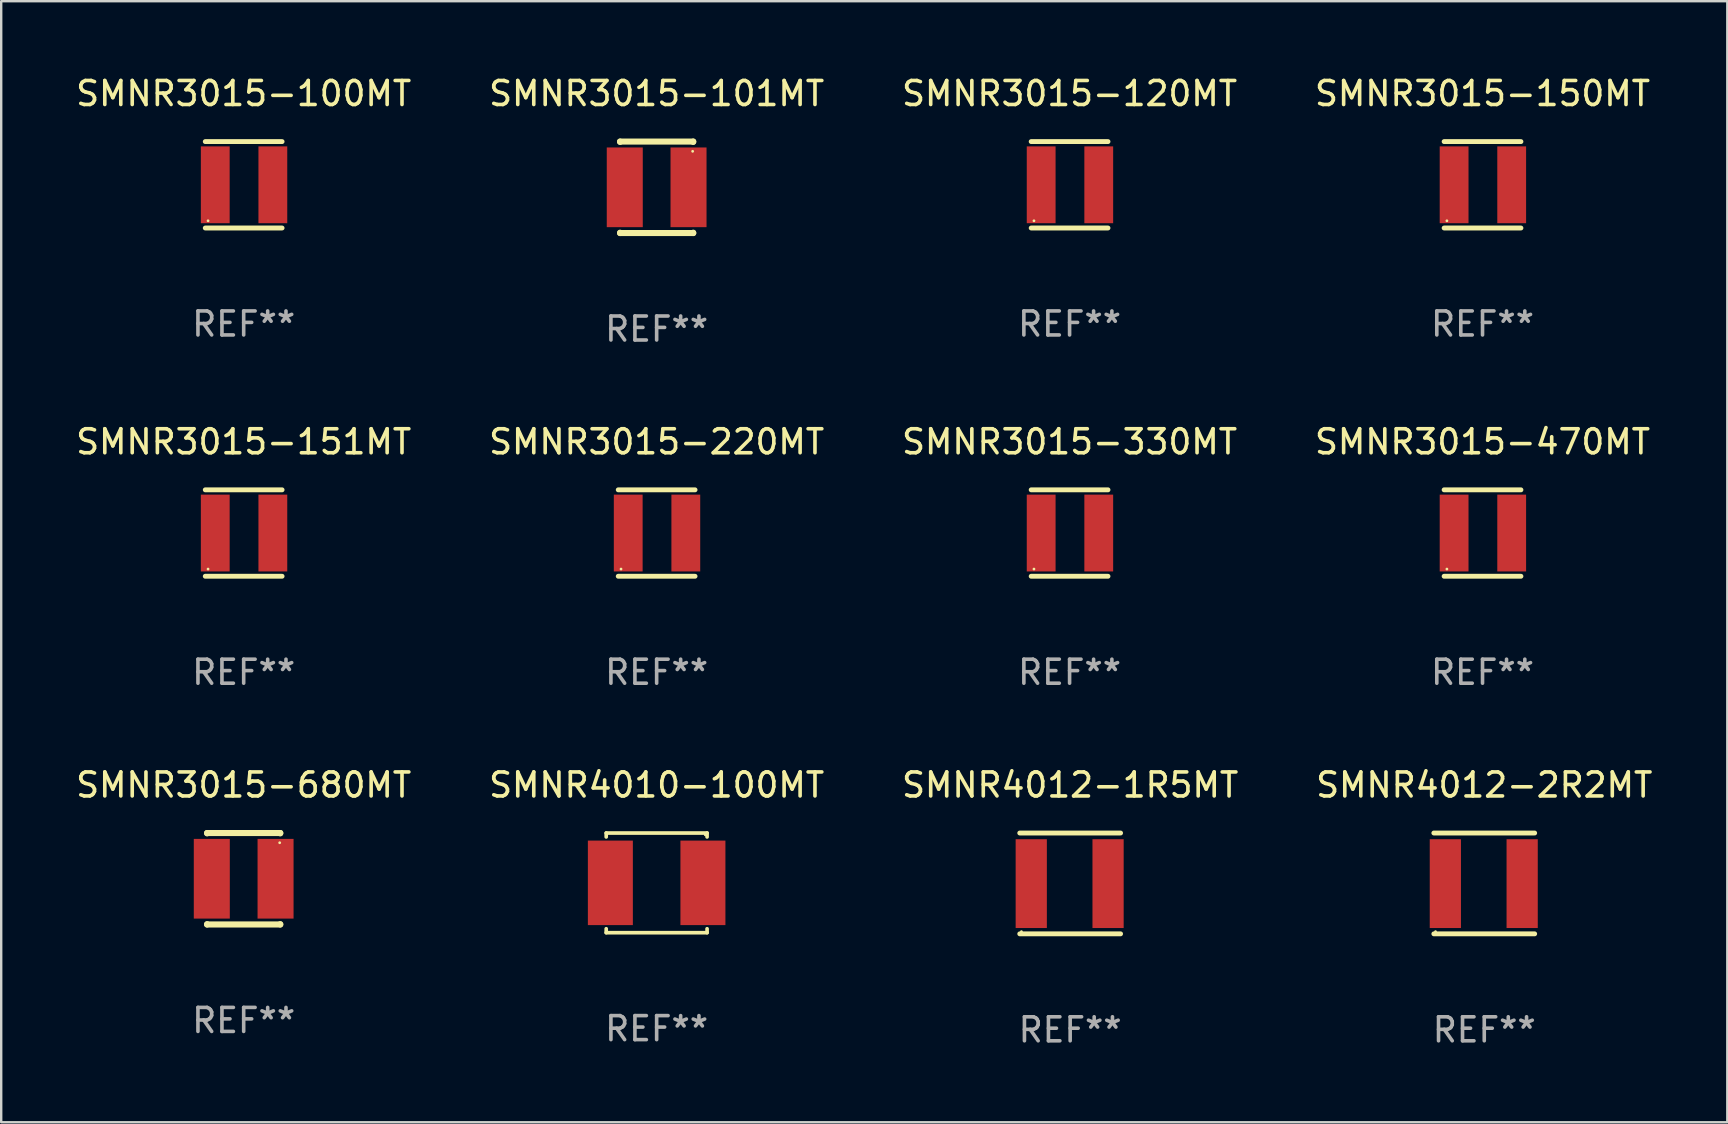
<source format=kicad_pcb>
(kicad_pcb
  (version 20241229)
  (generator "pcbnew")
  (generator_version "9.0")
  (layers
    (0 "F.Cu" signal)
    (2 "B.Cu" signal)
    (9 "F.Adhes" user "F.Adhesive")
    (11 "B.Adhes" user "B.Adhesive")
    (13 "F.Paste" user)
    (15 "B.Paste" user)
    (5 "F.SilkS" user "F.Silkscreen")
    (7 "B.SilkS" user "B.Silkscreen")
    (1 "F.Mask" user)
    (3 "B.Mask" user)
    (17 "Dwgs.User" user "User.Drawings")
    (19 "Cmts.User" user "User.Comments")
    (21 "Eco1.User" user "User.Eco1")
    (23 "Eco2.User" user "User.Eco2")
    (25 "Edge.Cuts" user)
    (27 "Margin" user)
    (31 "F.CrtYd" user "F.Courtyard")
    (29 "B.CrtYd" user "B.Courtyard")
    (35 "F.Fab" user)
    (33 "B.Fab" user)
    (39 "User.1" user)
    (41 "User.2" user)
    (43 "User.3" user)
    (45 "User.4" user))
  (footprint "SMNR3015-101MT"
    (layer "F.Cu")
    (at 24.304 4.753)
    (property "Reference" "SMNR3015-101MT" (at 0 -3.905 0) (layer "F.SilkS") (effects (font (size 1 1) (thickness 0.15))))
    (attr through_hole)
    (fp_line (start -1.524 -1.905) (end 1.524 -1.905) (stroke (width 0.254) (type solid)) (layer "F.SilkS"))
    (fp_line (start -1.524 -1.891) (end -1.524 -1.905) (stroke (width 0.254) (type solid)) (layer "F.SilkS"))
    (fp_line (start -1.524 1.905) (end -1.524 1.891) (stroke (width 0.254) (type solid)) (layer "F.SilkS"))
    (fp_line (start -1.524 1.905) (end 1.524 1.905) (stroke (width 0.254) (type solid)) (layer "F.SilkS"))
    (fp_line (start 1.524 -1.905) (end 1.524 -1.891) (stroke (width 0.254) (type solid)) (layer "F.SilkS"))
    (fp_line (start 1.524 1.891) (end 1.524 1.905) (stroke (width 0.254) (type solid)) (layer "F.SilkS"))
    (fp_circle (center 1.5 -1.5) (end 1.53 -1.5) (stroke (width 0.06) (type solid)) (fill no) (layer "F.SilkS"))
    (fp_text user "REF**" (at 0 5.905 0) (layer "F.Fab") (effects (font (size 1 1) (thickness 0.15))))
    (pad "1" smd rect (at 1.328 0) (size 1.5 3.32) (layers "F.Cu" "F.Mask" "F.Paste"))
    (pad "2" smd rect (at -1.328 0) (size 1.5 3.32) (layers "F.Cu" "F.Mask" "F.Paste")))
  (footprint "SMNR3015-150MT"
    (layer "F.Cu")
    (at 58.708 4.648)
    (property "Reference" "SMNR3015-150MT" (at 0 -3.8 0) (layer "F.SilkS") (effects (font (size 1 1) (thickness 0.15))))
    (attr through_hole)
    (fp_line (start -1.6 -1.8) (end 1.6 -1.8) (stroke (width 0.203) (type solid)) (layer "F.SilkS"))
    (fp_line (start -1.6 1.8) (end 1.6 1.8) (stroke (width 0.203) (type solid)) (layer "F.SilkS"))
    (fp_circle (center -1.484 1.5) (end -1.454 1.5) (stroke (width 0.06) (type solid)) (fill no) (layer "F.SilkS"))
    (fp_text user "REF**" (at 0 5.8 0) (layer "F.Fab") (effects (font (size 1 1) (thickness 0.15))))
    (pad "1" smd rect (at -1.184 0) (size 1.2 3.2) (layers "F.Cu" "F.Mask" "F.Paste"))
    (pad "2" smd rect (at 1.215 0) (size 1.2 3.2) (layers "F.Cu" "F.Mask" "F.Paste")))
  (footprint "SMNR3015-220MT"
    (layer "F.Cu")
    (at 24.304 19.155)
    (property "Reference" "SMNR3015-220MT" (at 0 -3.8 0) (layer "F.SilkS") (effects (font (size 1 1) (thickness 0.15))))
    (attr through_hole)
    (fp_line (start -1.6 -1.8) (end 1.6 -1.8) (stroke (width 0.203) (type solid)) (layer "F.SilkS"))
    (fp_line (start -1.6 1.8) (end 1.6 1.8) (stroke (width 0.203) (type solid)) (layer "F.SilkS"))
    (fp_circle (center -1.484 1.5) (end -1.454 1.5) (stroke (width 0.06) (type solid)) (fill no) (layer "F.SilkS"))
    (fp_text user "REF**" (at 0 5.8 0) (layer "F.Fab") (effects (font (size 1 1) (thickness 0.15))))
    (pad "1" smd rect (at -1.184 0) (size 1.2 3.2) (layers "F.Cu" "F.Mask" "F.Paste"))
    (pad "2" smd rect (at 1.215 0) (size 1.2 3.2) (layers "F.Cu" "F.Mask" "F.Paste")))
  (footprint "SMNR3015-120MT"
    (layer "F.Cu")
    (at 41.506 4.648)
    (property "Reference" "SMNR3015-120MT" (at 0 -3.8 0) (layer "F.SilkS") (effects (font (size 1 1) (thickness 0.15))))
    (attr through_hole)
    (fp_line (start -1.6 -1.8) (end 1.6 -1.8) (stroke (width 0.203) (type solid)) (layer "F.SilkS"))
    (fp_line (start -1.6 1.8) (end 1.6 1.8) (stroke (width 0.203) (type solid)) (layer "F.SilkS"))
    (fp_circle (center -1.484 1.5) (end -1.454 1.5) (stroke (width 0.06) (type solid)) (fill no) (layer "F.SilkS"))
    (fp_text user "REF**" (at 0 5.8 0) (layer "F.Fab") (effects (font (size 1 1) (thickness 0.15))))
    (pad "1" smd rect (at -1.184 0) (size 1.2 3.2) (layers "F.Cu" "F.Mask" "F.Paste"))
    (pad "2" smd rect (at 1.215 0) (size 1.2 3.2) (layers "F.Cu" "F.Mask" "F.Paste")))
  (footprint "SMNR3015-330MT"
    (layer "F.Cu")
    (at 41.506 19.155)
    (property "Reference" "SMNR3015-330MT" (at 0 -3.8 0) (layer "F.SilkS") (effects (font (size 1 1) (thickness 0.15))))
    (attr through_hole)
    (fp_line (start -1.6 -1.8) (end 1.6 -1.8) (stroke (width 0.203) (type solid)) (layer "F.SilkS"))
    (fp_line (start -1.6 1.8) (end 1.6 1.8) (stroke (width 0.203) (type solid)) (layer "F.SilkS"))
    (fp_circle (center -1.484 1.5) (end -1.454 1.5) (stroke (width 0.06) (type solid)) (fill no) (layer "F.SilkS"))
    (fp_text user "REF**" (at 0 5.8 0) (layer "F.Fab") (effects (font (size 1 1) (thickness 0.15))))
    (pad "1" smd rect (at -1.184 0) (size 1.2 3.2) (layers "F.Cu" "F.Mask" "F.Paste"))
    (pad "2" smd rect (at 1.215 0) (size 1.2 3.2) (layers "F.Cu" "F.Mask" "F.Paste")))
  (footprint "SMNR3015-151MT"
    (layer "F.Cu")
    (at 7.101 19.155)
    (property "Reference" "SMNR3015-151MT" (at 0 -3.8 0) (layer "F.SilkS") (effects (font (size 1 1) (thickness 0.15))))
    (attr through_hole)
    (fp_line (start -1.6 -1.8) (end 1.6 -1.8) (stroke (width 0.203) (type solid)) (layer "F.SilkS"))
    (fp_line (start -1.6 1.8) (end 1.6 1.8) (stroke (width 0.203) (type solid)) (layer "F.SilkS"))
    (fp_circle (center -1.484 1.5) (end -1.454 1.5) (stroke (width 0.06) (type solid)) (fill no) (layer "F.SilkS"))
    (fp_text user "REF**" (at 0 5.8 0) (layer "F.Fab") (effects (font (size 1 1) (thickness 0.15))))
    (pad "1" smd rect (at -1.184 0) (size 1.2 3.2) (layers "F.Cu" "F.Mask" "F.Paste"))
    (pad "2" smd rect (at 1.215 0) (size 1.2 3.2) (layers "F.Cu" "F.Mask" "F.Paste")))
  (footprint "SMNR3015-680MT"
    (layer "F.Cu")
    (at 7.101 33.556)
    (property "Reference" "SMNR3015-680MT" (at 0 -3.905 0) (layer "F.SilkS") (effects (font (size 1 1) (thickness 0.15))))
    (attr through_hole)
    (fp_line (start -1.524 -1.905) (end 1.524 -1.905) (stroke (width 0.254) (type solid)) (layer "F.SilkS"))
    (fp_line (start -1.524 -1.891) (end -1.524 -1.905) (stroke (width 0.254) (type solid)) (layer "F.SilkS"))
    (fp_line (start -1.524 1.905) (end -1.524 1.891) (stroke (width 0.254) (type solid)) (layer "F.SilkS"))
    (fp_line (start -1.524 1.905) (end 1.524 1.905) (stroke (width 0.254) (type solid)) (layer "F.SilkS"))
    (fp_line (start 1.524 -1.905) (end 1.524 -1.891) (stroke (width 0.254) (type solid)) (layer "F.SilkS"))
    (fp_line (start 1.524 1.891) (end 1.524 1.905) (stroke (width 0.254) (type solid)) (layer "F.SilkS"))
    (fp_circle (center 1.5 -1.5) (end 1.53 -1.5) (stroke (width 0.06) (type solid)) (fill no) (layer "F.SilkS"))
    (fp_text user "REF**" (at 0 5.905 0) (layer "F.Fab") (effects (font (size 1 1) (thickness 0.15))))
    (pad "1" smd rect (at 1.328 0) (size 1.5 3.32) (layers "F.Cu" "F.Mask" "F.Paste"))
    (pad "2" smd rect (at -1.328 0) (size 1.5 3.32) (layers "F.Cu" "F.Mask" "F.Paste")))
  (footprint "SMNR3015-470MT"
    (layer "F.Cu")
    (at 58.708 19.155)
    (property "Reference" "SMNR3015-470MT" (at 0 -3.8 0) (layer "F.SilkS") (effects (font (size 1 1) (thickness 0.15))))
    (attr through_hole)
    (fp_line (start -1.6 -1.8) (end 1.6 -1.8) (stroke (width 0.203) (type solid)) (layer "F.SilkS"))
    (fp_line (start -1.6 1.8) (end 1.6 1.8) (stroke (width 0.203) (type solid)) (layer "F.SilkS"))
    (fp_circle (center -1.484 1.5) (end -1.454 1.5) (stroke (width 0.06) (type solid)) (fill no) (layer "F.SilkS"))
    (fp_text user "REF**" (at 0 5.8 0) (layer "F.Fab") (effects (font (size 1 1) (thickness 0.15))))
    (pad "1" smd rect (at -1.184 0) (size 1.2 3.2) (layers "F.Cu" "F.Mask" "F.Paste"))
    (pad "2" smd rect (at 1.215 0) (size 1.2 3.2) (layers "F.Cu" "F.Mask" "F.Paste")))
  (footprint "SMNR4010-100MT"
    (layer "F.Cu")
    (at 24.304 33.727)
    (property "Reference" "SMNR4010-100MT" (at 0 -4.076 0) (layer "F.SilkS") (effects (font (size 1 1) (thickness 0.15))))
    (attr through_hole)
    (fp_line (start -2.101 -2.076) (end 2.101 -2.076) (stroke (width 0.152) (type solid)) (layer "F.SilkS"))
    (fp_line (start -2.101 -1.912) (end -2.101 -2.076) (stroke (width 0.152) (type solid)) (layer "F.SilkS"))
    (fp_line (start -2.101 1.912) (end -2.101 2.076) (stroke (width 0.152) (type solid)) (layer "F.SilkS"))
    (fp_line (start -2.101 2.076) (end 2.101 2.076) (stroke (width 0.152) (type solid)) (layer "F.SilkS"))
    (fp_line (start 2.101 -2.076) (end 2.101 -1.912) (stroke (width 0.152) (type solid)) (layer "F.SilkS"))
    (fp_line (start 2.101 2.076) (end 2.101 1.912) (stroke (width 0.152) (type solid)) (layer "F.SilkS"))
    (fp_circle (center 2.025 -2) (end 2.055 -2) (stroke (width 0.06) (type solid)) (fill no) (layer "F.SilkS"))
    (fp_text user "REF**" (at 0 6.076 0) (layer "F.Fab") (effects (font (size 1 1) (thickness 0.15))))
    (pad "1" smd rect (at 1.928 0) (size 1.874 3.52) (layers "F.Cu" "F.Mask" "F.Paste"))
    (pad "2" smd rect (at -1.928 0) (size 1.874 3.52) (layers "F.Cu" "F.Mask" "F.Paste")))
  (footprint "SMNR4012-1R5MT"
    (layer "F.Cu")
    (at 41.53 33.751)
    (property "Reference" "SMNR4012-1R5MT" (at 0 -4.1 0) (layer "F.SilkS") (effects (font (size 1 1) (thickness 0.15))))
    (attr through_hole)
    (fp_line (start -2.1 -2.1) (end 2.1 -2.1) (stroke (width 0.203) (type solid)) (layer "F.SilkS"))
    (fp_line (start -2.1 2.1) (end 2.1 2.1) (stroke (width 0.203) (type solid)) (layer "F.SilkS"))
    (fp_circle (center -2.03 2.008) (end -2 2.008) (stroke (width 0.06) (type solid)) (fill no) (layer "F.SilkS"))
    (fp_text user "REF**" (at 0 6.1 0) (layer "F.Fab") (effects (font (size 1 1) (thickness 0.15))))
    (pad "1" smd rect (at -1.621 0.008 90) (size 3.7 1.3) (layers "F.Cu" "F.Mask" "F.Paste"))
    (pad "2" smd rect (at 1.579 0.008 90) (size 3.7 1.3) (layers "F.Cu" "F.Mask" "F.Paste")))
  (footprint "SMNR3015-100MT"
    (layer "F.Cu")
    (at 7.101 4.648)
    (property "Reference" "SMNR3015-100MT" (at 0 -3.8 0) (layer "F.SilkS") (effects (font (size 1 1) (thickness 0.15))))
    (attr through_hole)
    (fp_line (start -1.6 -1.8) (end 1.6 -1.8) (stroke (width 0.203) (type solid)) (layer "F.SilkS"))
    (fp_line (start -1.6 1.8) (end 1.6 1.8) (stroke (width 0.203) (type solid)) (layer "F.SilkS"))
    (fp_circle (center -1.484 1.5) (end -1.454 1.5) (stroke (width 0.06) (type solid)) (fill no) (layer "F.SilkS"))
    (fp_text user "REF**" (at 0 5.8 0) (layer "F.Fab") (effects (font (size 1 1) (thickness 0.15))))
    (pad "1" smd rect (at -1.184 0) (size 1.2 3.2) (layers "F.Cu" "F.Mask" "F.Paste"))
    (pad "2" smd rect (at 1.215 0) (size 1.2 3.2) (layers "F.Cu" "F.Mask" "F.Paste")))
  (footprint "SMNR4012-2R2MT"
    (layer "F.Cu")
    (at 58.78 33.751)
    (property "Reference" "SMNR4012-2R2MT" (at 0 -4.1 0) (layer "F.SilkS") (effects (font (size 1 1) (thickness 0.15))))
    (attr through_hole)
    (fp_line (start -2.1 -2.1) (end 2.1 -2.1) (stroke (width 0.203) (type solid)) (layer "F.SilkS"))
    (fp_line (start -2.1 2.1) (end 2.1 2.1) (stroke (width 0.203) (type solid)) (layer "F.SilkS"))
    (fp_circle (center -2.03 2.008) (end -2 2.008) (stroke (width 0.06) (type solid)) (fill no) (layer "F.SilkS"))
    (fp_text user "REF**" (at 0 6.1 0) (layer "F.Fab") (effects (font (size 1 1) (thickness 0.15))))
    (pad "1" smd rect (at -1.621 0.008 90) (size 3.7 1.3) (layers "F.Cu" "F.Mask" "F.Paste"))
    (pad "2" smd rect (at 1.579 0.008 90) (size 3.7 1.3) (layers "F.Cu" "F.Mask" "F.Paste")))
  (gr_rect
    (start -3 -3)
    (end 68.905 43.7)
    (stroke (width 0.1) (type default))
    (fill no)
    (layer "Edge.Cuts")))
</source>
